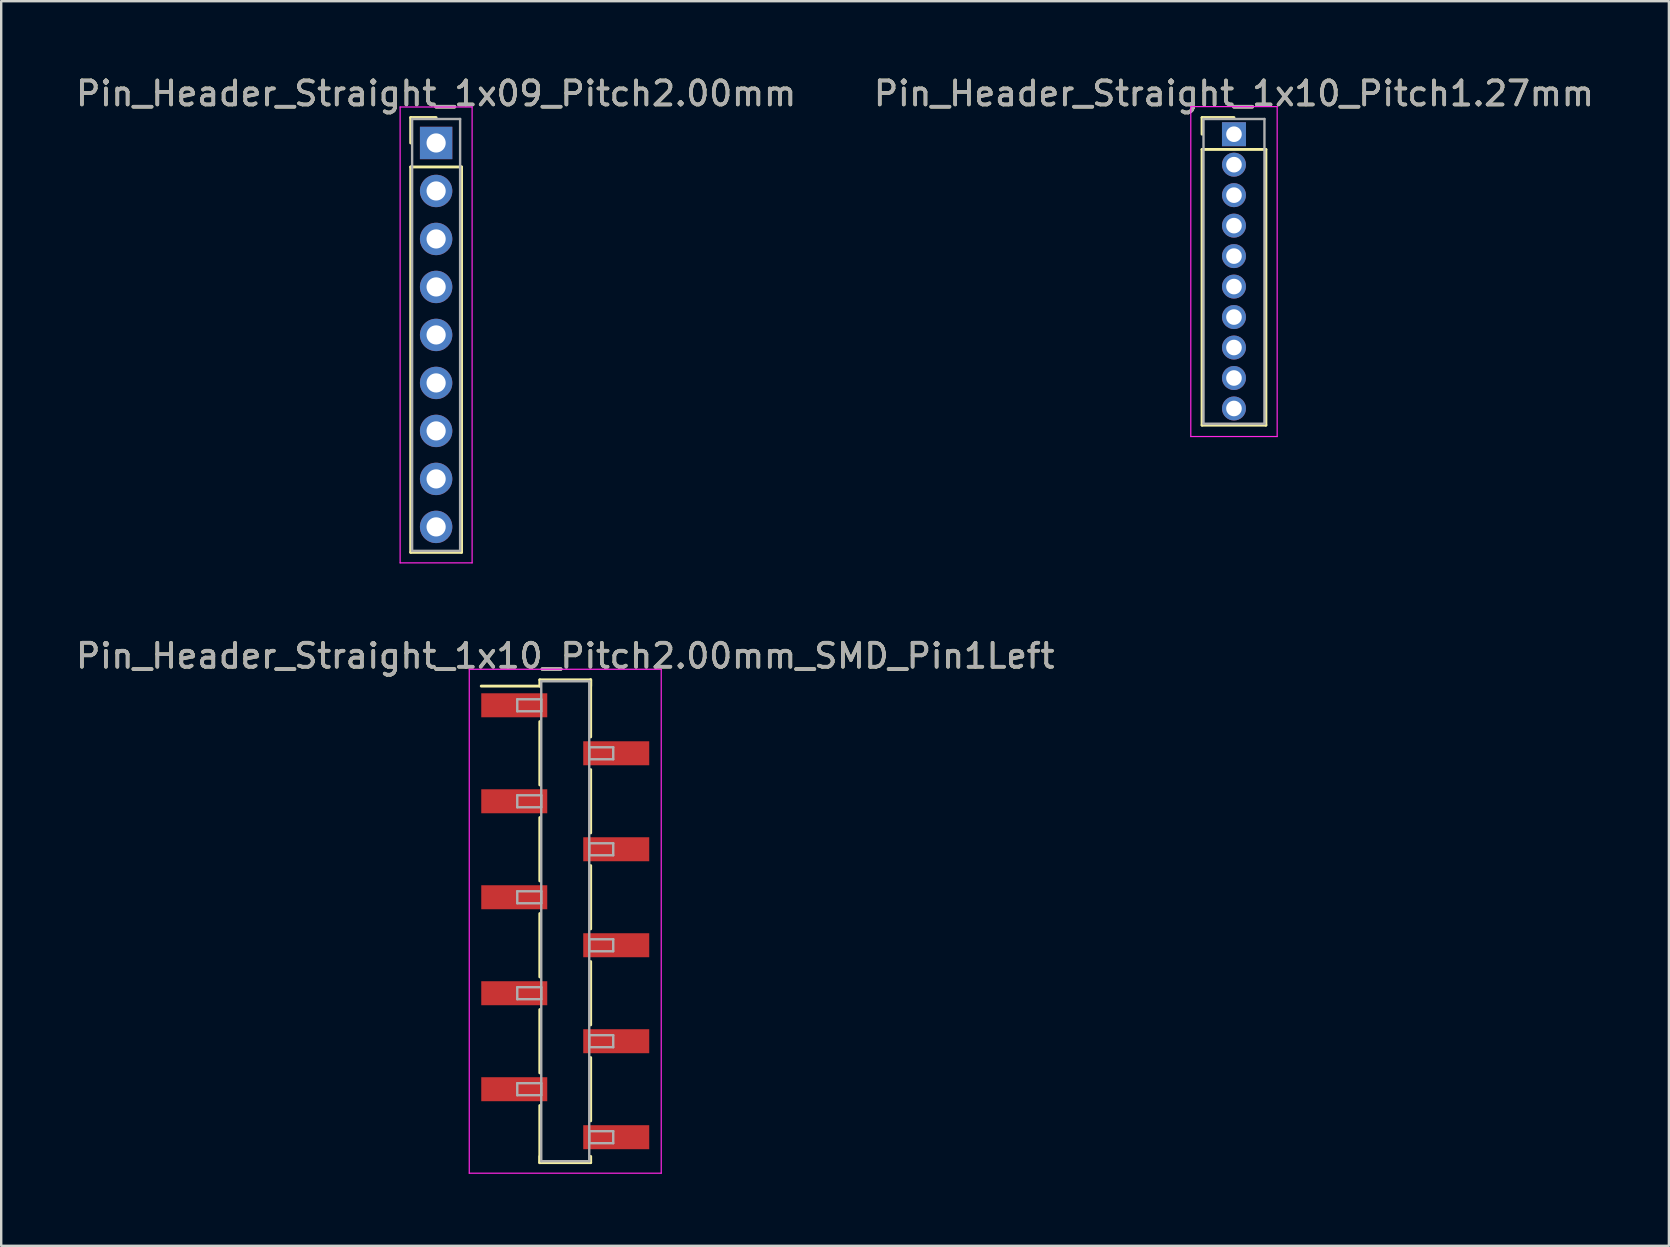
<source format=kicad_pcb>
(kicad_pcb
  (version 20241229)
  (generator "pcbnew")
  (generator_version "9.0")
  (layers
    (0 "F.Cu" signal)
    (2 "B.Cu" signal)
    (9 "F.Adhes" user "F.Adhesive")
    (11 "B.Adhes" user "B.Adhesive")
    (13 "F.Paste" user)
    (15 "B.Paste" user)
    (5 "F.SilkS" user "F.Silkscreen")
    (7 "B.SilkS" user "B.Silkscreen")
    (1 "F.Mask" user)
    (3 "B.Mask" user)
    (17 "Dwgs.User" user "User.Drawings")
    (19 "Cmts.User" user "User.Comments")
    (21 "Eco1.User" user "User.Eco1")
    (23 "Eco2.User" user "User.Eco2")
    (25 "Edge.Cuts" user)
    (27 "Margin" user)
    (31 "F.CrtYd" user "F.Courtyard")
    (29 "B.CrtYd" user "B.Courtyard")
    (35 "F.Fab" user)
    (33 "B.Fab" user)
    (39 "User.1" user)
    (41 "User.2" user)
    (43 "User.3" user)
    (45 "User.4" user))
  (footprint "Pin_Header_Straight_1x09_Pitch2.00mm"
    (layer "F.Cu")
    (at 15.125 2.908)
    (property "Reference" "Pin_Header_Straight_1x09_Pitch2.00mm" (at 0 -2.06 0) (layer "F.SilkS") (effects (font (size 1 1) (thickness 0.15))))
    (attr through_hole)
    (fp_line (start -1.06 -1.06) (end 0 -1.06) (stroke (width 0.12) (type solid)) (layer "F.SilkS"))
    (fp_line (start -1.06 0) (end -1.06 -1.06) (stroke (width 0.12) (type solid)) (layer "F.SilkS"))
    (fp_line (start -1.06 1) (end -1.06 17.06) (stroke (width 0.12) (type solid)) (layer "F.SilkS"))
    (fp_line (start -1.06 17.06) (end 1.06 17.06) (stroke (width 0.12) (type solid)) (layer "F.SilkS"))
    (fp_line (start 1.06 1) (end -1.06 1) (stroke (width 0.12) (type solid)) (layer "F.SilkS"))
    (fp_line (start 1.06 17.06) (end 1.06 1) (stroke (width 0.12) (type solid)) (layer "F.SilkS"))
    (fp_line (start -1.5 -1.5) (end -1.5 17.5) (stroke (width 0.05) (type solid)) (layer "F.CrtYd"))
    (fp_line (start -1.5 17.5) (end 1.5 17.5) (stroke (width 0.05) (type solid)) (layer "F.CrtYd"))
    (fp_line (start 1.5 -1.5) (end -1.5 -1.5) (stroke (width 0.05) (type solid)) (layer "F.CrtYd"))
    (fp_line (start 1.5 17.5) (end 1.5 -1.5) (stroke (width 0.05) (type solid)) (layer "F.CrtYd"))
    (fp_line (start -1 -1) (end -1 17) (stroke (width 0.1) (type solid)) (layer "F.Fab"))
    (fp_line (start -1 17) (end 1 17) (stroke (width 0.1) (type solid)) (layer "F.Fab"))
    (fp_line (start 1 -1) (end -1 -1) (stroke (width 0.1) (type solid)) (layer "F.Fab"))
    (fp_line (start 1 17) (end 1 -1) (stroke (width 0.1) (type solid)) (layer "F.Fab"))
    (fp_text user "${REFERENCE}" (at 0 -2.06 0) (layer "F.Fab") (effects (font (size 1 1) (thickness 0.15))))
    (pad "1" thru_hole rect (at 0 0) (size 1.35 1.35) (drill 0.8) (layers "*.Cu" "*.Mask"))
    (pad "2" thru_hole oval (at 0 2) (size 1.35 1.35) (drill 0.8) (layers "*.Cu" "*.Mask"))
    (pad "3" thru_hole oval (at 0 4) (size 1.35 1.35) (drill 0.8) (layers "*.Cu" "*.Mask"))
    (pad "4" thru_hole oval (at 0 6) (size 1.35 1.35) (drill 0.8) (layers "*.Cu" "*.Mask"))
    (pad "5" thru_hole oval (at 0 8) (size 1.35 1.35) (drill 0.8) (layers "*.Cu" "*.Mask"))
    (pad "6" thru_hole oval (at 0 10) (size 1.35 1.35) (drill 0.8) (layers "*.Cu" "*.Mask"))
    (pad "7" thru_hole oval (at 0 12) (size 1.35 1.35) (drill 0.8) (layers "*.Cu" "*.Mask"))
    (pad "8" thru_hole oval (at 0 14) (size 1.35 1.35) (drill 0.8) (layers "*.Cu" "*.Mask"))
    (pad "9" thru_hole oval (at 0 16) (size 1.35 1.35) (drill 0.8) (layers "*.Cu" "*.Mask")))
  (footprint "Pin_Header_Straight_1x10_Pitch2.00mm_SMD_Pin1Left"
    (layer "F.Cu")
    (at 20.506 35.342)
    (property "Reference" "Pin_Header_Straight_1x10_Pitch2.00mm_SMD_Pin1Left" (at 0 -11.06 0) (layer "F.SilkS") (effects (font (size 1 1) (thickness 0.15))))
    (attr smd)
    (fp_line (start -1.06 -10.06) (end 1.06 -10.06) (stroke (width 0.12) (type solid)) (layer "F.SilkS"))
    (fp_line (start -1.06 -9.8) (end -3.5 -9.8) (stroke (width 0.12) (type solid)) (layer "F.SilkS"))
    (fp_line (start -1.06 -9.8) (end -1.06 -10.06) (stroke (width 0.12) (type solid)) (layer "F.SilkS"))
    (fp_line (start -1.06 -8.32) (end -1.06 -5.68) (stroke (width 0.12) (type solid)) (layer "F.SilkS"))
    (fp_line (start -1.06 -4.32) (end -1.06 -1.68) (stroke (width 0.12) (type solid)) (layer "F.SilkS"))
    (fp_line (start -1.06 -0.32) (end -1.06 2.32) (stroke (width 0.12) (type solid)) (layer "F.SilkS"))
    (fp_line (start -1.06 3.68) (end -1.06 6.32) (stroke (width 0.12) (type solid)) (layer "F.SilkS"))
    (fp_line (start -1.06 7.68) (end -1.06 10.06) (stroke (width 0.12) (type solid)) (layer "F.SilkS"))
    (fp_line (start -1.06 9.8) (end -1.06 10.06) (stroke (width 0.12) (type solid)) (layer "F.SilkS"))
    (fp_line (start -1.06 10.06) (end 1.06 10.06) (stroke (width 0.12) (type solid)) (layer "F.SilkS"))
    (fp_line (start 1.06 -10.06) (end 1.06 -9.8) (stroke (width 0.12) (type solid)) (layer "F.SilkS"))
    (fp_line (start 1.06 -10.06) (end 1.06 -7.68) (stroke (width 0.12) (type solid)) (layer "F.SilkS"))
    (fp_line (start 1.06 -6.32) (end 1.06 -3.68) (stroke (width 0.12) (type solid)) (layer "F.SilkS"))
    (fp_line (start 1.06 -2.32) (end 1.06 0.32) (stroke (width 0.12) (type solid)) (layer "F.SilkS"))
    (fp_line (start 1.06 1.68) (end 1.06 4.32) (stroke (width 0.12) (type solid)) (layer "F.SilkS"))
    (fp_line (start 1.06 5.68) (end 1.06 8.32) (stroke (width 0.12) (type solid)) (layer "F.SilkS"))
    (fp_line (start 1.06 10.06) (end 1.06 9.8) (stroke (width 0.12) (type solid)) (layer "F.SilkS"))
    (fp_line (start -4 -10.5) (end -4 10.5) (stroke (width 0.05) (type solid)) (layer "F.CrtYd"))
    (fp_line (start -4 10.5) (end 4 10.5) (stroke (width 0.05) (type solid)) (layer "F.CrtYd"))
    (fp_line (start 4 -10.5) (end -4 -10.5) (stroke (width 0.05) (type solid)) (layer "F.CrtYd"))
    (fp_line (start 4 10.5) (end 4 -10.5) (stroke (width 0.05) (type solid)) (layer "F.CrtYd"))
    (fp_line (start -2 -9.25) (end -1 -9.25) (stroke (width 0.1) (type solid)) (layer "F.Fab"))
    (fp_line (start -2 -8.75) (end -2 -9.25) (stroke (width 0.1) (type solid)) (layer "F.Fab"))
    (fp_line (start -2 -5.25) (end -1 -5.25) (stroke (width 0.1) (type solid)) (layer "F.Fab"))
    (fp_line (start -2 -4.75) (end -2 -5.25) (stroke (width 0.1) (type solid)) (layer "F.Fab"))
    (fp_line (start -2 -1.25) (end -1 -1.25) (stroke (width 0.1) (type solid)) (layer "F.Fab"))
    (fp_line (start -2 -0.75) (end -2 -1.25) (stroke (width 0.1) (type solid)) (layer "F.Fab"))
    (fp_line (start -2 2.75) (end -1 2.75) (stroke (width 0.1) (type solid)) (layer "F.Fab"))
    (fp_line (start -2 3.25) (end -2 2.75) (stroke (width 0.1) (type solid)) (layer "F.Fab"))
    (fp_line (start -2 6.75) (end -1 6.75) (stroke (width 0.1) (type solid)) (layer "F.Fab"))
    (fp_line (start -2 7.25) (end -2 6.75) (stroke (width 0.1) (type solid)) (layer "F.Fab"))
    (fp_line (start -1 -10) (end -1 10) (stroke (width 0.1) (type solid)) (layer "F.Fab"))
    (fp_line (start -1 -9.25) (end -1 -8.75) (stroke (width 0.1) (type solid)) (layer "F.Fab"))
    (fp_line (start -1 -8.75) (end -2 -8.75) (stroke (width 0.1) (type solid)) (layer "F.Fab"))
    (fp_line (start -1 -5.25) (end -1 -4.75) (stroke (width 0.1) (type solid)) (layer "F.Fab"))
    (fp_line (start -1 -4.75) (end -2 -4.75) (stroke (width 0.1) (type solid)) (layer "F.Fab"))
    (fp_line (start -1 -1.25) (end -1 -0.75) (stroke (width 0.1) (type solid)) (layer "F.Fab"))
    (fp_line (start -1 -0.75) (end -2 -0.75) (stroke (width 0.1) (type solid)) (layer "F.Fab"))
    (fp_line (start -1 2.75) (end -1 3.25) (stroke (width 0.1) (type solid)) (layer "F.Fab"))
    (fp_line (start -1 3.25) (end -2 3.25) (stroke (width 0.1) (type solid)) (layer "F.Fab"))
    (fp_line (start -1 6.75) (end -1 7.25) (stroke (width 0.1) (type solid)) (layer "F.Fab"))
    (fp_line (start -1 7.25) (end -2 7.25) (stroke (width 0.1) (type solid)) (layer "F.Fab"))
    (fp_line (start -1 10) (end 1 10) (stroke (width 0.1) (type solid)) (layer "F.Fab"))
    (fp_line (start 1 -10) (end -1 -10) (stroke (width 0.1) (type solid)) (layer "F.Fab"))
    (fp_line (start 1 -7.25) (end 1 -6.75) (stroke (width 0.1) (type solid)) (layer "F.Fab"))
    (fp_line (start 1 -6.75) (end 2 -6.75) (stroke (width 0.1) (type solid)) (layer "F.Fab"))
    (fp_line (start 1 -3.25) (end 1 -2.75) (stroke (width 0.1) (type solid)) (layer "F.Fab"))
    (fp_line (start 1 -2.75) (end 2 -2.75) (stroke (width 0.1) (type solid)) (layer "F.Fab"))
    (fp_line (start 1 0.75) (end 1 1.25) (stroke (width 0.1) (type solid)) (layer "F.Fab"))
    (fp_line (start 1 1.25) (end 2 1.25) (stroke (width 0.1) (type solid)) (layer "F.Fab"))
    (fp_line (start 1 4.75) (end 1 5.25) (stroke (width 0.1) (type solid)) (layer "F.Fab"))
    (fp_line (start 1 5.25) (end 2 5.25) (stroke (width 0.1) (type solid)) (layer "F.Fab"))
    (fp_line (start 1 8.75) (end 1 9.25) (stroke (width 0.1) (type solid)) (layer "F.Fab"))
    (fp_line (start 1 9.25) (end 2 9.25) (stroke (width 0.1) (type solid)) (layer "F.Fab"))
    (fp_line (start 1 10) (end 1 -10) (stroke (width 0.1) (type solid)) (layer "F.Fab"))
    (fp_line (start 2 -7.25) (end 1 -7.25) (stroke (width 0.1) (type solid)) (layer "F.Fab"))
    (fp_line (start 2 -6.75) (end 2 -7.25) (stroke (width 0.1) (type solid)) (layer "F.Fab"))
    (fp_line (start 2 -3.25) (end 1 -3.25) (stroke (width 0.1) (type solid)) (layer "F.Fab"))
    (fp_line (start 2 -2.75) (end 2 -3.25) (stroke (width 0.1) (type solid)) (layer "F.Fab"))
    (fp_line (start 2 0.75) (end 1 0.75) (stroke (width 0.1) (type solid)) (layer "F.Fab"))
    (fp_line (start 2 1.25) (end 2 0.75) (stroke (width 0.1) (type solid)) (layer "F.Fab"))
    (fp_line (start 2 4.75) (end 1 4.75) (stroke (width 0.1) (type solid)) (layer "F.Fab"))
    (fp_line (start 2 5.25) (end 2 4.75) (stroke (width 0.1) (type solid)) (layer "F.Fab"))
    (fp_line (start 2 8.75) (end 1 8.75) (stroke (width 0.1) (type solid)) (layer "F.Fab"))
    (fp_line (start 2 9.25) (end 2 8.75) (stroke (width 0.1) (type solid)) (layer "F.Fab"))
    (fp_text user "${REFERENCE}" (at 0 -11.06 0) (layer "F.Fab") (effects (font (size 1 1) (thickness 0.15))))
    (pad "1" smd rect (at -2.125 -9) (size 2.75 1) (layers "F.Cu" "F.Mask" "F.Paste"))
    (pad "2" smd rect (at 2.125 -7) (size 2.75 1) (layers "F.Cu" "F.Mask" "F.Paste"))
    (pad "3" smd rect (at -2.125 -5) (size 2.75 1) (layers "F.Cu" "F.Mask" "F.Paste"))
    (pad "4" smd rect (at 2.125 -3) (size 2.75 1) (layers "F.Cu" "F.Mask" "F.Paste"))
    (pad "5" smd rect (at -2.125 -1) (size 2.75 1) (layers "F.Cu" "F.Mask" "F.Paste"))
    (pad "6" smd rect (at 2.125 1) (size 2.75 1) (layers "F.Cu" "F.Mask" "F.Paste"))
    (pad "7" smd rect (at -2.125 3) (size 2.75 1) (layers "F.Cu" "F.Mask" "F.Paste"))
    (pad "8" smd rect (at 2.125 5) (size 2.75 1) (layers "F.Cu" "F.Mask" "F.Paste"))
    (pad "9" smd rect (at -2.125 7) (size 2.75 1) (layers "F.Cu" "F.Mask" "F.Paste"))
    (pad "10" smd rect (at 2.125 9) (size 2.75 1) (layers "F.Cu" "F.Mask" "F.Paste")))
  (footprint "Pin_Header_Straight_1x10_Pitch1.27mm"
    (layer "F.Cu")
    (at 48.375 2.543)
    (property "Reference" "Pin_Header_Straight_1x10_Pitch1.27mm" (at 0 -1.695 0) (layer "F.SilkS") (effects (font (size 1 1) (thickness 0.15))))
    (attr through_hole)
    (fp_line (start -1.33 -0.695) (end 0 -0.695) (stroke (width 0.12) (type solid)) (layer "F.SilkS"))
    (fp_line (start -1.33 0) (end -1.33 -0.695) (stroke (width 0.12) (type solid)) (layer "F.SilkS"))
    (fp_line (start -1.33 0.635) (end -1.33 12.125) (stroke (width 0.12) (type solid)) (layer "F.SilkS"))
    (fp_line (start -1.33 12.125) (end 1.33 12.125) (stroke (width 0.12) (type solid)) (layer "F.SilkS"))
    (fp_line (start 1.33 0.635) (end -1.33 0.635) (stroke (width 0.12) (type solid)) (layer "F.SilkS"))
    (fp_line (start 1.33 12.125) (end 1.33 0.635) (stroke (width 0.12) (type solid)) (layer "F.SilkS"))
    (fp_line (start -1.8 -1.15) (end -1.8 12.6) (stroke (width 0.05) (type solid)) (layer "F.CrtYd"))
    (fp_line (start -1.8 12.6) (end 1.8 12.6) (stroke (width 0.05) (type solid)) (layer "F.CrtYd"))
    (fp_line (start 1.8 -1.15) (end -1.8 -1.15) (stroke (width 0.05) (type solid)) (layer "F.CrtYd"))
    (fp_line (start 1.8 12.6) (end 1.8 -1.15) (stroke (width 0.05) (type solid)) (layer "F.CrtYd"))
    (fp_line (start -1.27 -0.635) (end -1.27 12.065) (stroke (width 0.1) (type solid)) (layer "F.Fab"))
    (fp_line (start -1.27 12.065) (end 1.27 12.065) (stroke (width 0.1) (type solid)) (layer "F.Fab"))
    (fp_line (start 1.27 -0.635) (end -1.27 -0.635) (stroke (width 0.1) (type solid)) (layer "F.Fab"))
    (fp_line (start 1.27 12.065) (end 1.27 -0.635) (stroke (width 0.1) (type solid)) (layer "F.Fab"))
    (fp_text user "${REFERENCE}" (at 0 -1.695 0) (layer "F.Fab") (effects (font (size 1 1) (thickness 0.15))))
    (pad "1" thru_hole rect (at 0 0) (size 1 1) (drill 0.65) (layers "*.Cu" "*.Mask"))
    (pad "2" thru_hole oval (at 0 1.27) (size 1 1) (drill 0.65) (layers "*.Cu" "*.Mask"))
    (pad "3" thru_hole oval (at 0 2.54) (size 1 1) (drill 0.65) (layers "*.Cu" "*.Mask"))
    (pad "4" thru_hole oval (at 0 3.81) (size 1 1) (drill 0.65) (layers "*.Cu" "*.Mask"))
    (pad "5" thru_hole oval (at 0 5.08) (size 1 1) (drill 0.65) (layers "*.Cu" "*.Mask"))
    (pad "6" thru_hole oval (at 0 6.35) (size 1 1) (drill 0.65) (layers "*.Cu" "*.Mask"))
    (pad "7" thru_hole oval (at 0 7.62) (size 1 1) (drill 0.65) (layers "*.Cu" "*.Mask"))
    (pad "8" thru_hole oval (at 0 8.89) (size 1 1) (drill 0.65) (layers "*.Cu" "*.Mask"))
    (pad "9" thru_hole oval (at 0 10.16) (size 1 1) (drill 0.65) (layers "*.Cu" "*.Mask"))
    (pad "10" thru_hole oval (at 0 11.43) (size 1 1) (drill 0.65) (layers "*.Cu" "*.Mask")))
  (gr_rect
    (start -3 -3)
    (end 66.5 48.867)
    (stroke (width 0.1) (type default))
    (fill no)
    (layer "Edge.Cuts")))
</source>
